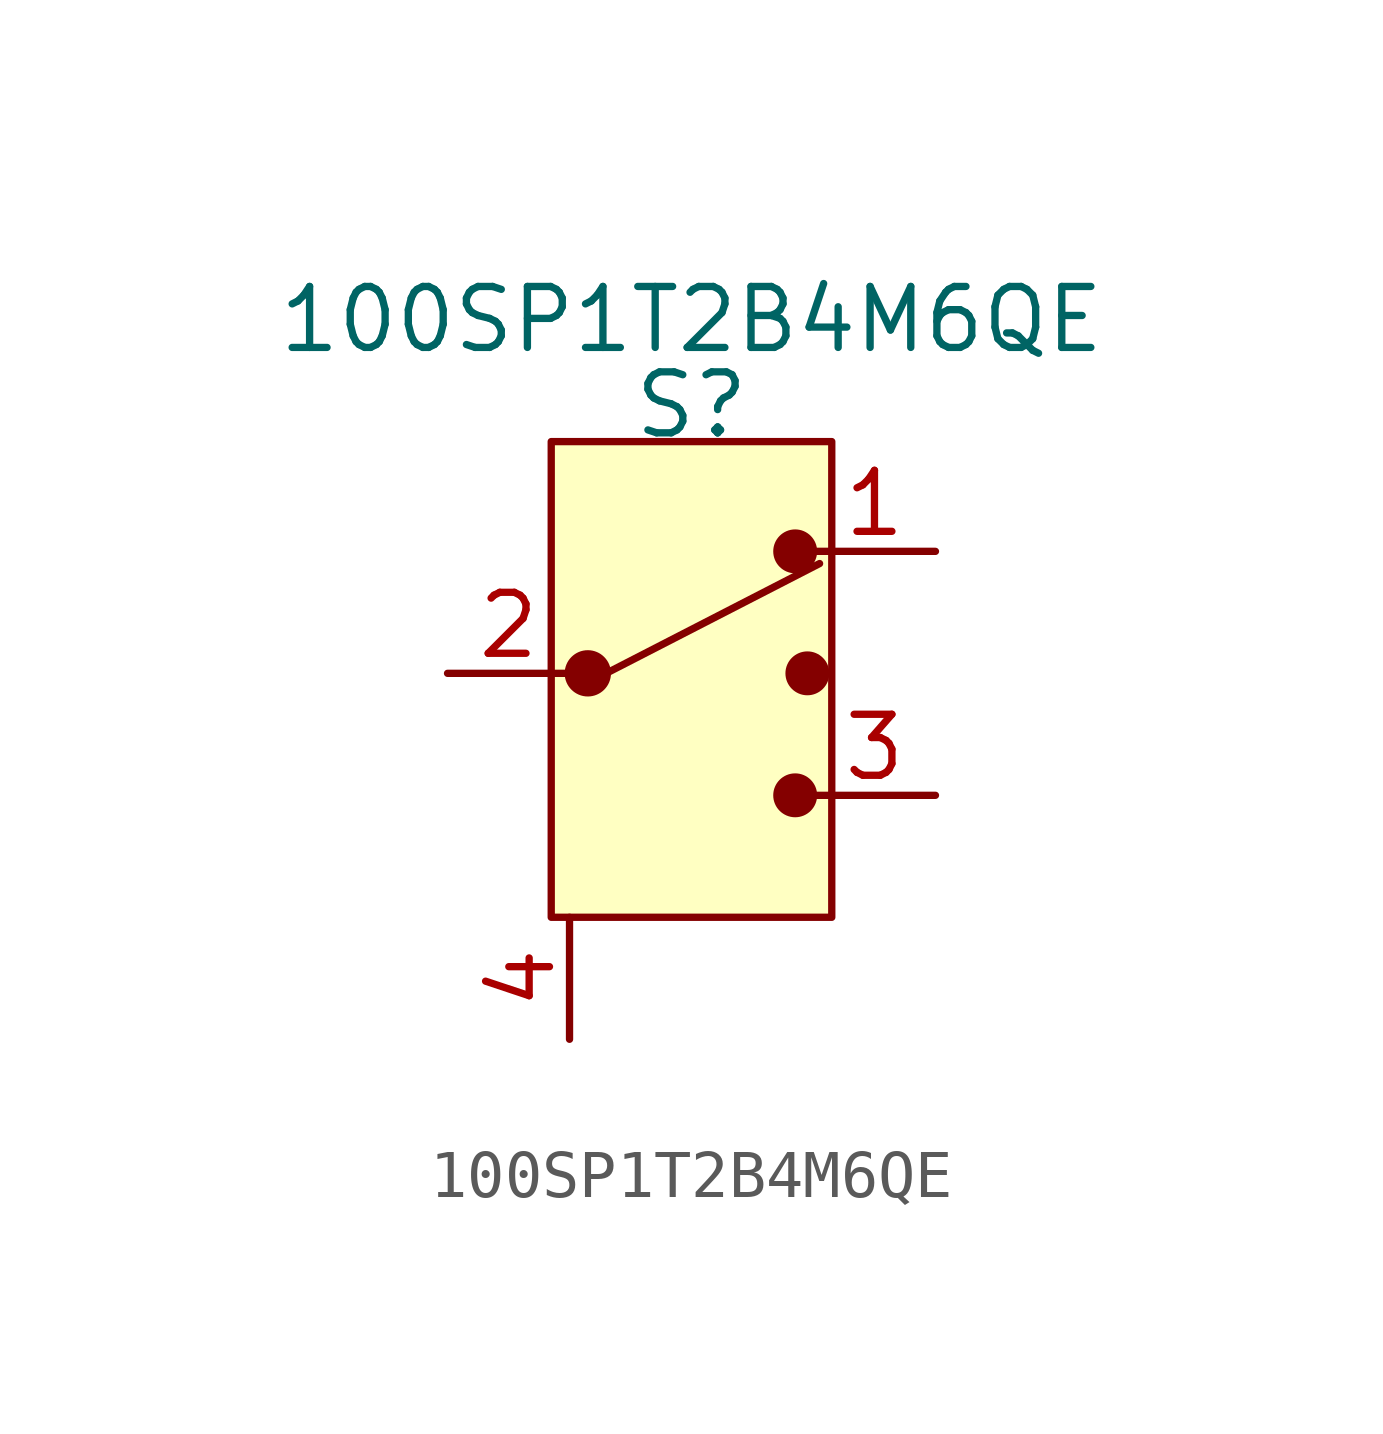
<source format=kicad_sym>
(kicad_symbol_lib
  (version 20220914)
  (generator kicad_symbol_editor)
  (symbol "100SP1T2B4M6QE"
    (pin_names
      (offset 0) hide)
    (property "Reference" "S"
      (at 0 5.588 0)
      (effects (font (size 1.27 1.27))))
    (property "Value" "100SP1T2B4M6QE"
      (at 0 7.366 0)
      (effects (font (size 1.27 1.27))))
    (symbol "100SP1T2B4M6QE_0_1"
      (rectangle (start -2.921 4.826) (end 2.921 -5.08) (stroke (width 0) (type default)) (fill (type background)))
      (circle (center -2.159 0) (radius 0.406) (stroke (width 0) (type default)) (fill (type outline)))
      (polyline (pts (xy 2.667 2.286) (xy -1.778 0)) (stroke (width 0) (type default)) (fill (type none)))
      (circle (center 2.159 -2.54) (radius 0.381) (stroke (width 0) (type default)) (fill (type outline)))
      (circle (center 2.159 2.54) (radius 0.381) (stroke (width 0) (type default)) (fill (type outline)))
      (circle (center 2.413 0) (radius 0.381) (stroke (width 0) (type default)) (fill (type outline))))
    (symbol "100SP1T2B4M6QE_1_1"
      (pin passive line (at 5.08 2.54 180) (length 2.54) (name "~" (effects (font (size 1.27 1.27)))) (number "1" (effects (font (size 1.27 1.27)))))
      (pin passive line (at -5.08 0 0) (length 2.54) (name "Com" (effects (font (size 1.27 1.27)))) (number "2" (effects (font (size 1.27 1.27)))))
      (pin passive line (at 5.08 -2.54 180) (length 2.54) (name "~" (effects (font (size 1.27 1.27)))) (number "3" (effects (font (size 1.27 1.27)))))
      (pin unspecified line (at -2.54 -7.62 90) (length 2.54) (name "~" (effects (font (size 1.27 1.27)))) (number "4" (effects (font (size 1.27 1.27))))))))
</source>
